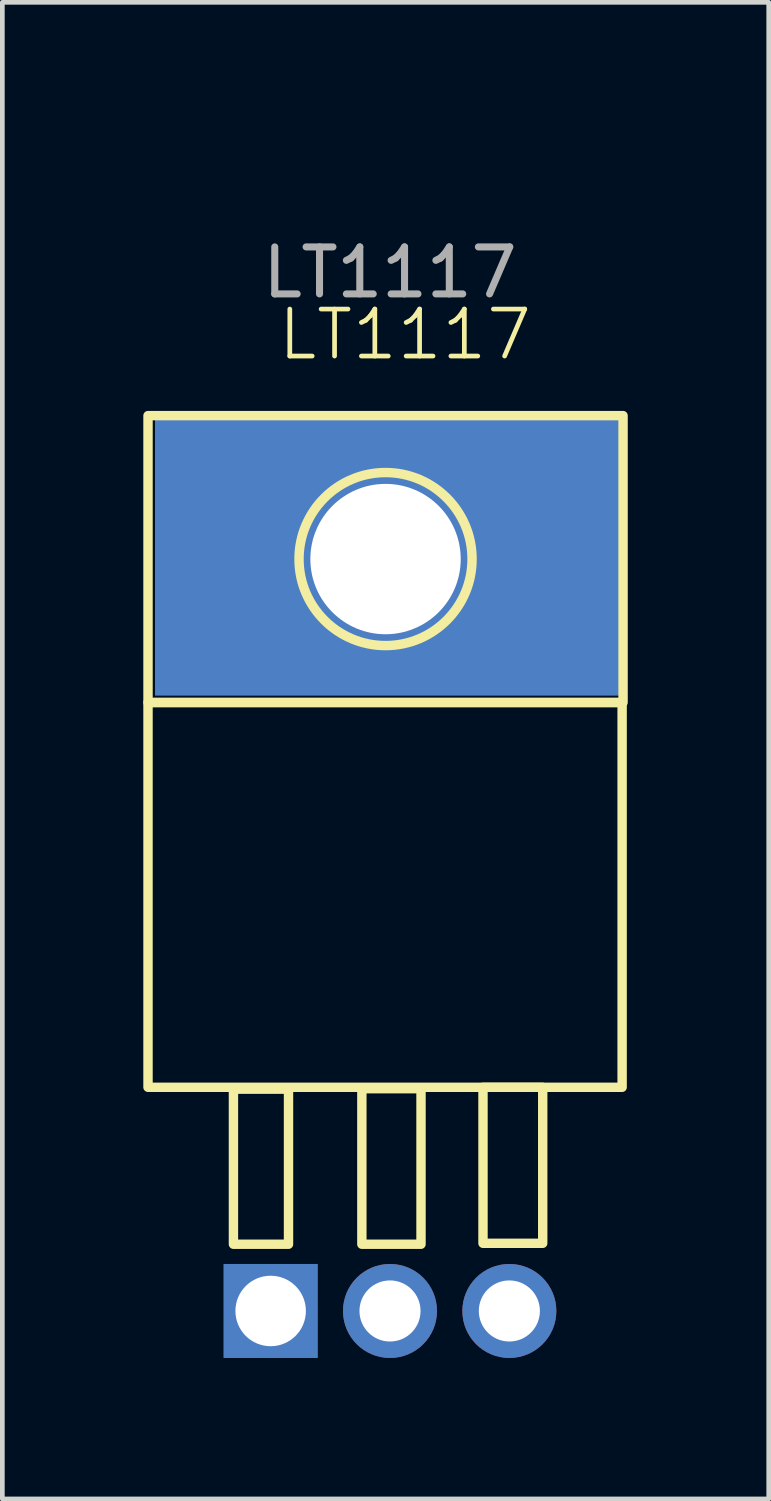
<source format=kicad_pcb>
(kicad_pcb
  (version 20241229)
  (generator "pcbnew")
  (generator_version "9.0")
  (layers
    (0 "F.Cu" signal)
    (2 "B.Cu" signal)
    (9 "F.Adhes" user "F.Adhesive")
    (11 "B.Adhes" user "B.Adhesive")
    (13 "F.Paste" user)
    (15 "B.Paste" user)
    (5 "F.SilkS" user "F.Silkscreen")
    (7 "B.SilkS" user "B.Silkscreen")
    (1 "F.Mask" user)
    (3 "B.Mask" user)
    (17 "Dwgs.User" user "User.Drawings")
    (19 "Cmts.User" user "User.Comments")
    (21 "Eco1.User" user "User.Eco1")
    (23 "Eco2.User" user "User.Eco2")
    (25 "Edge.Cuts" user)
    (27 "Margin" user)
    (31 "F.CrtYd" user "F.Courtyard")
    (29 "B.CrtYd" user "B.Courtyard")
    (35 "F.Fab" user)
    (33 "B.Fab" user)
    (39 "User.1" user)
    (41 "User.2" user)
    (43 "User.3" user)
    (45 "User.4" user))
  (footprint "LT1117"
    (layer "F.Cu")
    (at 5.25 0.25)
    (property "Reference" "LT1117" (at 0.32 3.82 0) (unlocked yes) (layer "F.SilkS") (effects (font (size 1 1) (thickness 0.1))))
    (attr through_hole)
    (fp_rect (start -5.15 5.545) (end 4.96 11.65) (stroke (width 0.2) (type solid)) (fill no) (layer "F.SilkS"))
    (fp_rect (start -5.15 11.65) (end 4.94 19.84) (stroke (width 0.2) (type solid)) (fill no) (layer "F.SilkS"))
    (fp_rect (start -3.332 19.88) (end -2.16 23.18) (stroke (width 0.2) (type solid)) (fill no) (layer "F.SilkS"))
    (fp_rect (start -0.599 19.87) (end 0.66 23.18) (stroke (width 0.2) (type solid)) (fill no) (layer "F.SilkS"))
    (fp_rect (start 1.979 19.84) (end 3.25 23.16) (stroke (width 0.2) (type solid)) (fill no) (layer "F.SilkS"))
    (fp_circle (center -0.095 8.598) (end 1.54 9.445) (stroke (width 0.2) (type solid)) (fill no) (layer "F.SilkS"))
    (fp_text user "${REFERENCE}" (at 0 2.5 0) (unlocked yes) (layer "F.Fab") (effects (font (size 1 1) (thickness 0.15))))
    (pad "1" thru_hole rect (at -2.54 24.6) (size 2 2) (drill 1.5) (layers "*.Cu" "*.Mask"))
    (pad "2" thru_hole rect (at -0.095 8.598) (size 10 6) (drill 3.2 (offset 0.095 -0.098)) (layers "*.Cu" "*.Mask"))
    (pad "2" thru_hole circle (at 0 24.6) (size 2 2) (drill 1.3) (layers "*.Cu" "*.Mask"))
    (pad "3" thru_hole circle (at 2.54 24.6) (size 2 2) (drill 1.3) (layers "*.Cu" "*.Mask")))
  (gr_rect
    (start -3 -3)
    (end 13.31 28.85)
    (stroke (width 0.1) (type default))
    (fill no)
    (layer "Edge.Cuts")))
</source>
